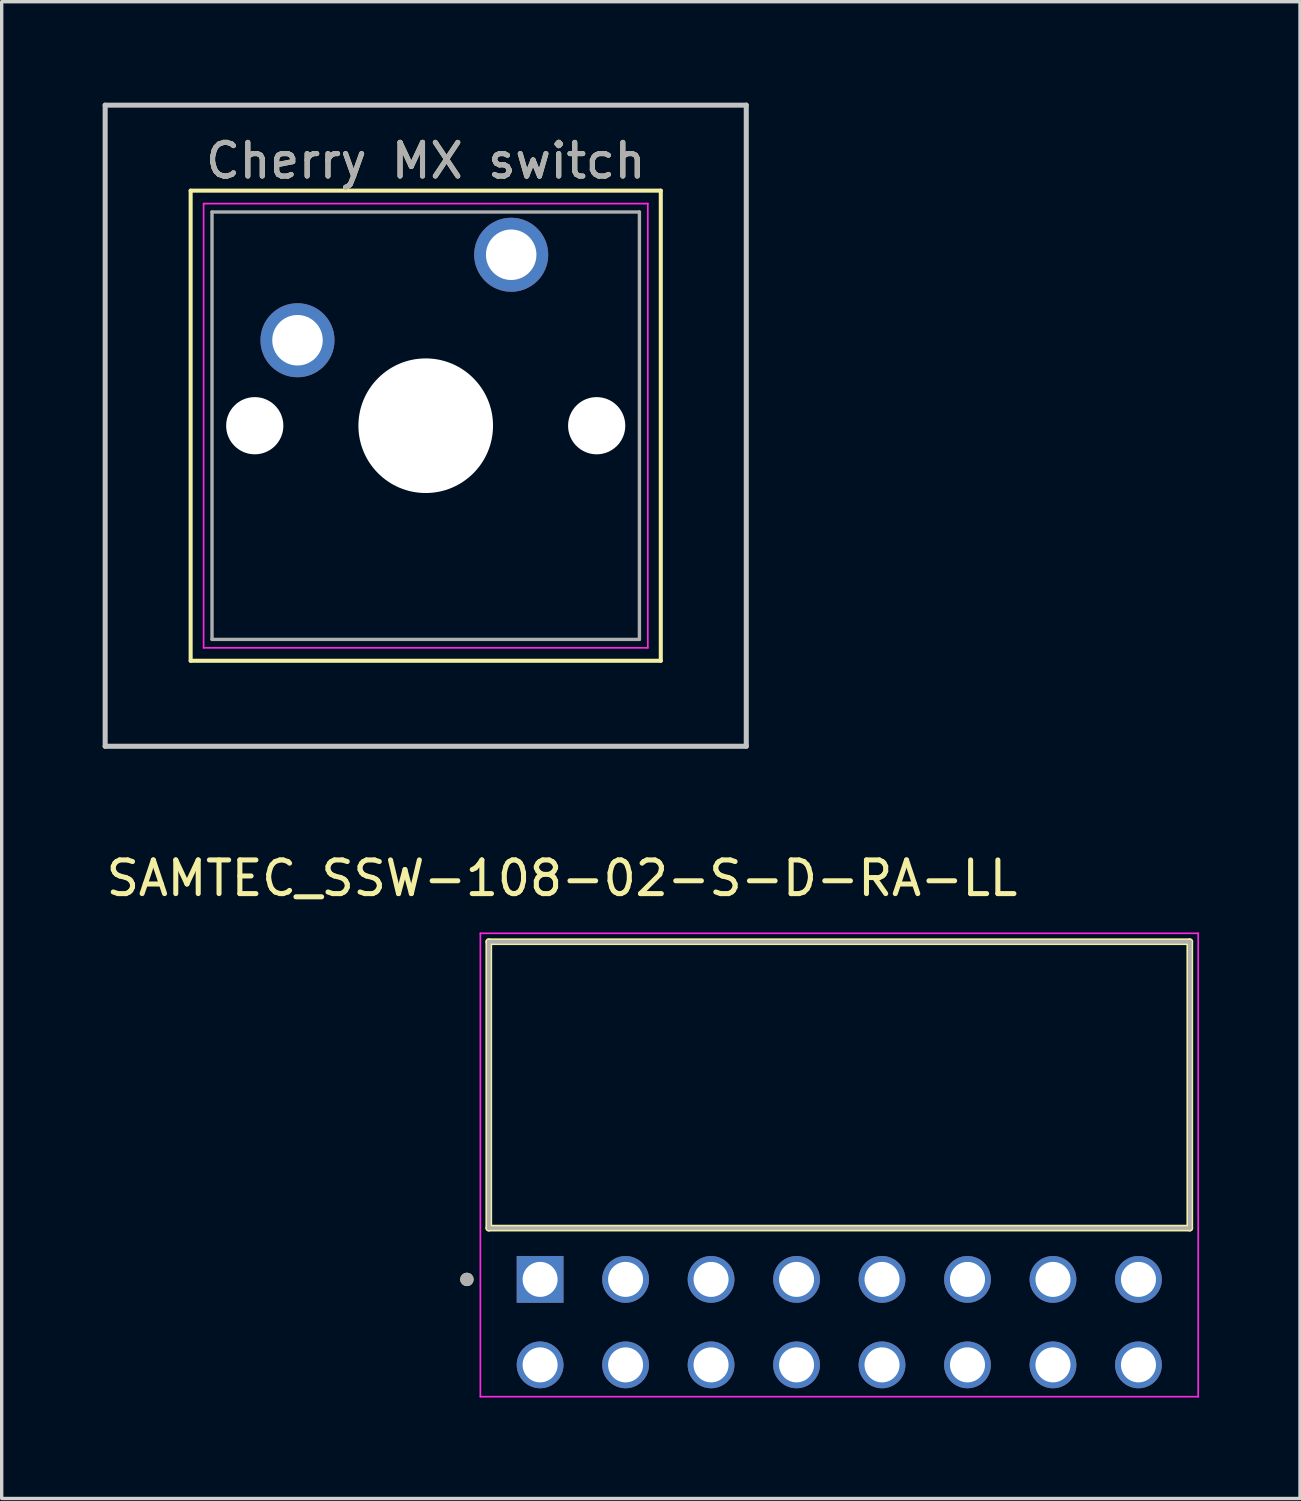
<source format=kicad_pcb>
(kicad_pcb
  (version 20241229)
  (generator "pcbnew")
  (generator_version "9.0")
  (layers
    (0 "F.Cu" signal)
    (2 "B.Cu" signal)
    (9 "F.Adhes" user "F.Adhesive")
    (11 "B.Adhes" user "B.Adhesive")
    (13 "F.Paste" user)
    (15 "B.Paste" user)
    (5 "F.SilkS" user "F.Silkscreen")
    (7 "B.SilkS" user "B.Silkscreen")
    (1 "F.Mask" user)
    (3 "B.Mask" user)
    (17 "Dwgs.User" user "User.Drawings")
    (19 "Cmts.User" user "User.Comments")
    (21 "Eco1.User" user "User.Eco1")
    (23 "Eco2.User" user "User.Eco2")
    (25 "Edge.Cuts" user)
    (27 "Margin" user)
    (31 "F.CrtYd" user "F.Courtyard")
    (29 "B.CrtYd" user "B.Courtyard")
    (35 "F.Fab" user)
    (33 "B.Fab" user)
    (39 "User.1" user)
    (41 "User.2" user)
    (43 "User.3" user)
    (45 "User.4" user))
  (footprint "SAMTEC_SSW-108-02-S-D-RA-LL"
    (layer "F.Cu")
    (at 12.999 34.967)
    (property "Reference" "SAMTEC_SSW-108-02-S-D-RA-LL" (at 0.65 -11.919 0) (layer "F.SilkS") (effects (font (size 1 1) (thickness 0.15))))
    (attr through_hole)
    (fp_line (start -1.525 -1.524) (end -1.525 -10.034) (stroke (width 0.2) (type solid)) (layer "F.SilkS"))
    (fp_line (start 19.305 -10.034) (end -1.525 -10.034) (stroke (width 0.2) (type solid)) (layer "F.SilkS"))
    (fp_line (start 19.305 -10.034) (end 19.305 -1.524) (stroke (width 0.2) (type solid)) (layer "F.SilkS"))
    (fp_line (start 19.305 -1.524) (end -1.525 -1.524) (stroke (width 0.2) (type solid)) (layer "F.SilkS"))
    (fp_circle (center -2.175 0) (end -2.075 0) (stroke (width 0.2) (type solid)) (fill no) (layer "F.SilkS"))
    (fp_line (start -1.775 -10.284) (end 19.555 -10.284) (stroke (width 0.05) (type solid)) (layer "F.CrtYd"))
    (fp_line (start -1.775 3.485) (end -1.775 -10.284) (stroke (width 0.05) (type solid)) (layer "F.CrtYd"))
    (fp_line (start 19.555 -10.284) (end 19.555 3.485) (stroke (width 0.05) (type solid)) (layer "F.CrtYd"))
    (fp_line (start 19.555 3.485) (end -1.775 3.485) (stroke (width 0.05) (type solid)) (layer "F.CrtYd"))
    (fp_line (start -1.525 -10.034) (end 19.305 -10.034) (stroke (width 0.1) (type solid)) (layer "F.Fab"))
    (fp_line (start -1.525 -10.034) (end 19.305 -10.034) (stroke (width 0.1) (type solid)) (layer "F.Fab"))
    (fp_line (start -1.525 -1.524) (end -1.525 -10.034) (stroke (width 0.1) (type solid)) (layer "F.Fab"))
    (fp_line (start -1.525 -1.524) (end -1.525 -10.034) (stroke (width 0.1) (type solid)) (layer "F.Fab"))
    (fp_line (start 19.305 -10.034) (end 19.305 -1.524) (stroke (width 0.1) (type solid)) (layer "F.Fab"))
    (fp_line (start 19.305 -10.034) (end 19.305 -1.524) (stroke (width 0.1) (type solid)) (layer "F.Fab"))
    (fp_line (start 19.305 -1.524) (end -1.525 -1.524) (stroke (width 0.1) (type solid)) (layer "F.Fab"))
    (fp_circle (center -2.175 0) (end -2.075 0) (stroke (width 0.2) (type solid)) (fill no) (layer "F.Fab"))
    (pad "01" thru_hole rect (at 0 0) (size 1.39 1.39) (drill 1.04) (layers "*.Cu" "*.Mask"))
    (pad "02" thru_hole circle (at 0 2.54) (size 1.39 1.39) (drill 1.04) (layers "*.Cu" "*.Mask"))
    (pad "03" thru_hole circle (at 2.54 0) (size 1.39 1.39) (drill 1.04) (layers "*.Cu" "*.Mask"))
    (pad "04" thru_hole circle (at 2.54 2.54) (size 1.39 1.39) (drill 1.04) (layers "*.Cu" "*.Mask"))
    (pad "05" thru_hole circle (at 5.08 0) (size 1.39 1.39) (drill 1.04) (layers "*.Cu" "*.Mask"))
    (pad "06" thru_hole circle (at 5.08 2.54) (size 1.39 1.39) (drill 1.04) (layers "*.Cu" "*.Mask"))
    (pad "07" thru_hole circle (at 7.62 0) (size 1.39 1.39) (drill 1.04) (layers "*.Cu" "*.Mask"))
    (pad "08" thru_hole circle (at 7.62 2.54) (size 1.39 1.39) (drill 1.04) (layers "*.Cu" "*.Mask"))
    (pad "09" thru_hole circle (at 10.16 0) (size 1.39 1.39) (drill 1.04) (layers "*.Cu" "*.Mask"))
    (pad "10" thru_hole circle (at 10.16 2.54) (size 1.39 1.39) (drill 1.04) (layers "*.Cu" "*.Mask"))
    (pad "11" thru_hole circle (at 12.7 0) (size 1.39 1.39) (drill 1.04) (layers "*.Cu" "*.Mask"))
    (pad "12" thru_hole circle (at 12.7 2.54) (size 1.39 1.39) (drill 1.04) (layers "*.Cu" "*.Mask"))
    (pad "13" thru_hole circle (at 15.24 0) (size 1.39 1.39) (drill 1.04) (layers "*.Cu" "*.Mask"))
    (pad "14" thru_hole circle (at 15.24 2.54) (size 1.39 1.39) (drill 1.04) (layers "*.Cu" "*.Mask"))
    (pad "15" thru_hole circle (at 17.78 0) (size 1.39 1.39) (drill 1.04) (layers "*.Cu" "*.Mask"))
    (pad "16" thru_hole circle (at 17.78 2.54) (size 1.39 1.39) (drill 1.04) (layers "*.Cu" "*.Mask")))
  (footprint "Cherry MX switch"
    (layer "F.Cu")
    (at 12.14 4.52)
    (property "Reference" "Cherry MX switch" (at -2.54 -2.794 0) (layer "F.SilkS") (effects (font (size 1 1) (thickness 0.15))))
    (attr through_hole)
    (fp_line (start -9.525 -1.905) (end 4.445 -1.905) (stroke (width 0.12) (type solid)) (layer "F.SilkS"))
    (fp_line (start -9.525 12.065) (end -9.525 -1.905) (stroke (width 0.12) (type solid)) (layer "F.SilkS"))
    (fp_line (start 4.445 -1.905) (end 4.445 12.065) (stroke (width 0.12) (type solid)) (layer "F.SilkS"))
    (fp_line (start 4.445 12.065) (end -9.525 12.065) (stroke (width 0.12) (type solid)) (layer "F.SilkS"))
    (fp_line (start -12.065 -4.445) (end 6.985 -4.445) (stroke (width 0.15) (type solid)) (layer "Dwgs.User"))
    (fp_line (start -12.065 14.605) (end -12.065 -4.445) (stroke (width 0.15) (type solid)) (layer "Dwgs.User"))
    (fp_line (start 6.985 -4.445) (end 6.985 14.605) (stroke (width 0.15) (type solid)) (layer "Dwgs.User"))
    (fp_line (start 6.985 14.605) (end -12.065 14.605) (stroke (width 0.15) (type solid)) (layer "Dwgs.User"))
    (fp_line (start -9.14 -1.52) (end 4.06 -1.52) (stroke (width 0.05) (type solid)) (layer "F.CrtYd"))
    (fp_line (start -9.14 11.68) (end -9.14 -1.52) (stroke (width 0.05) (type solid)) (layer "F.CrtYd"))
    (fp_line (start 4.06 -1.52) (end 4.06 11.68) (stroke (width 0.05) (type solid)) (layer "F.CrtYd"))
    (fp_line (start 4.06 11.68) (end -9.14 11.68) (stroke (width 0.05) (type solid)) (layer "F.CrtYd"))
    (fp_line (start -8.89 -1.27) (end 3.81 -1.27) (stroke (width 0.1) (type solid)) (layer "F.Fab"))
    (fp_line (start -8.89 11.43) (end -8.89 -1.27) (stroke (width 0.1) (type solid)) (layer "F.Fab"))
    (fp_line (start 3.81 -1.27) (end 3.81 11.43) (stroke (width 0.1) (type solid)) (layer "F.Fab"))
    (fp_line (start 3.81 11.43) (end -8.89 11.43) (stroke (width 0.1) (type solid)) (layer "F.Fab"))
    (fp_text user "${REFERENCE}" (at -2.54 -2.794 0) (layer "F.Fab") (effects (font (size 1 1) (thickness 0.15))))
    (pad "" np_thru_hole circle (at -7.62 5.08) (size 1.7 1.7) (drill 1.7) (layers "*.Cu" "*.Mask"))
    (pad "" np_thru_hole circle (at -2.54 5.08) (size 4 4) (drill 4) (layers "*.Cu" "*.Mask"))
    (pad "" np_thru_hole circle (at 2.54 5.08) (size 1.7 1.7) (drill 1.7) (layers "*.Cu" "*.Mask"))
    (pad "1" thru_hole circle (at 0 0) (size 2.2 2.2) (drill 1.5) (layers "*.Cu" "*.Mask"))
    (pad "2" thru_hole circle (at -6.35 2.54) (size 2.2 2.2) (drill 1.5) (layers "*.Cu" "*.Mask")))
  (gr_rect
    (start -3 -3)
    (end 35.579 41.477)
    (stroke (width 0.1) (type default))
    (fill no)
    (layer "Edge.Cuts")))
</source>
